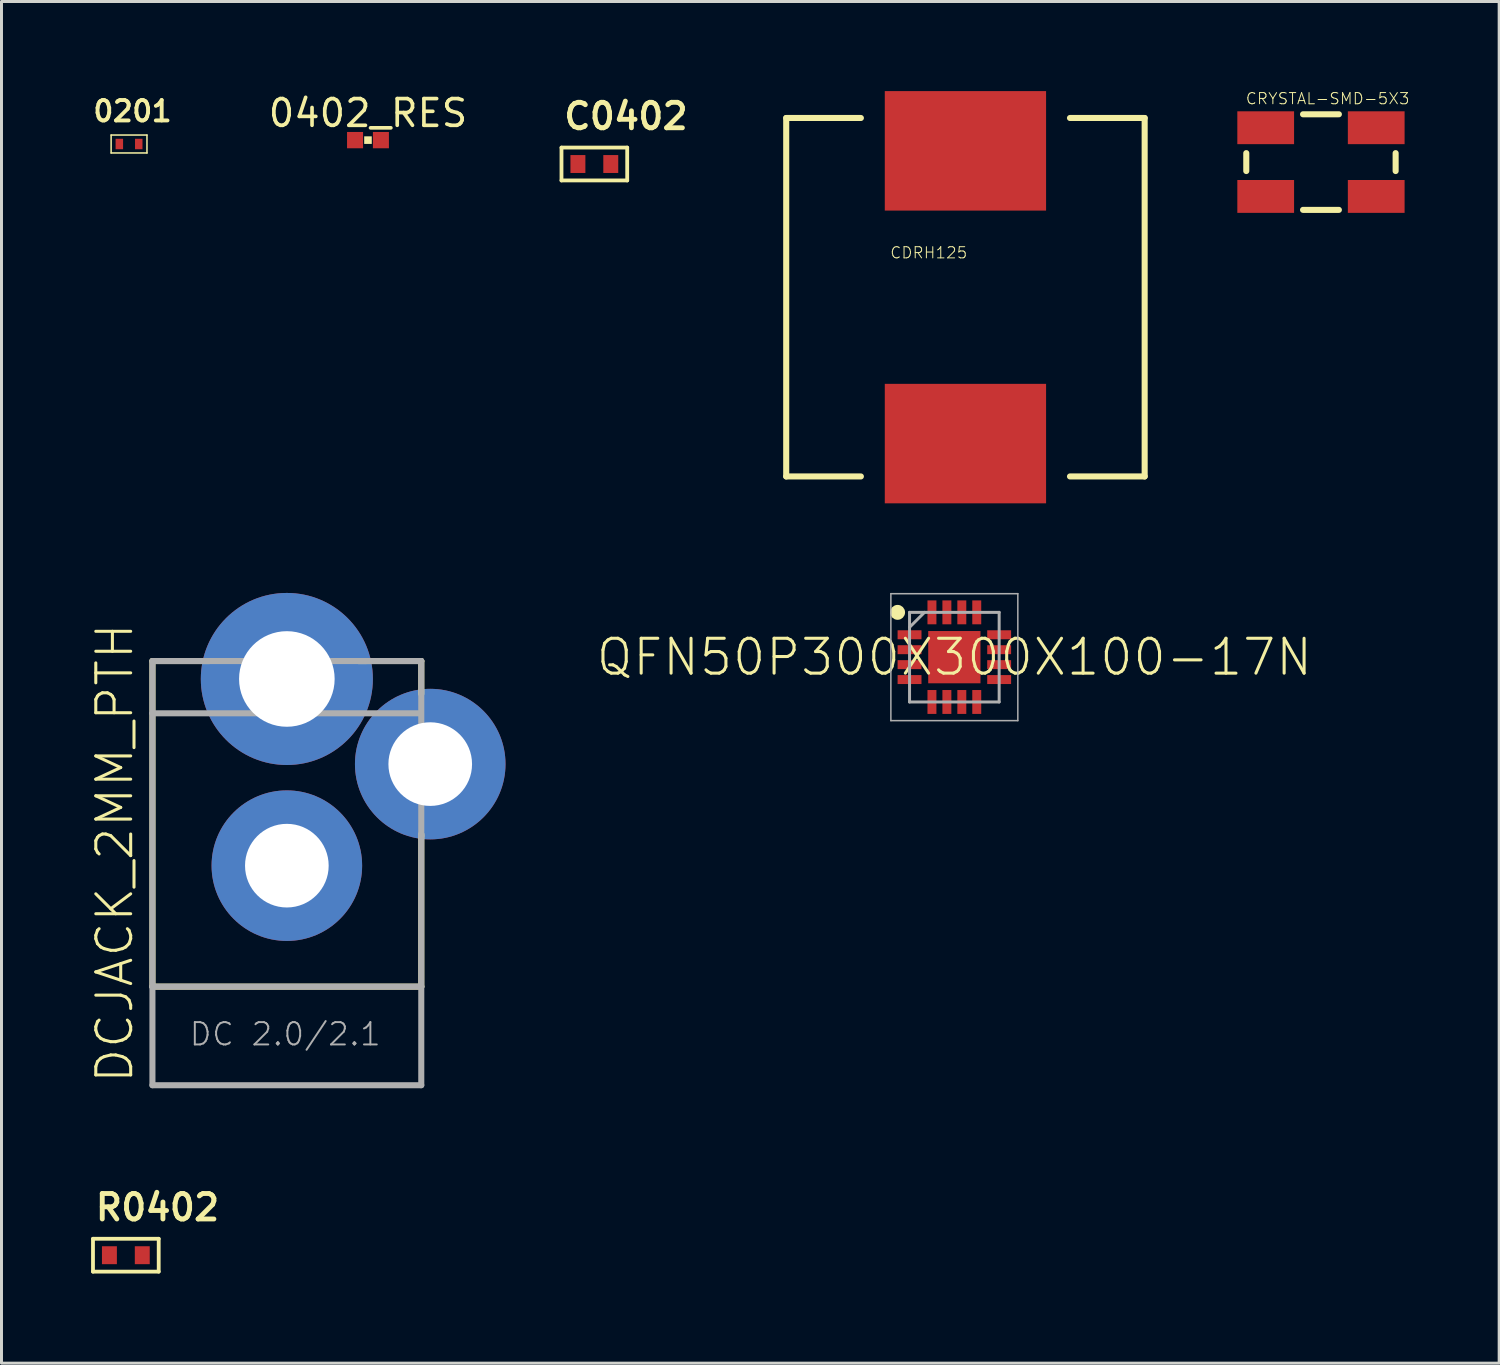
<source format=kicad_pcb>
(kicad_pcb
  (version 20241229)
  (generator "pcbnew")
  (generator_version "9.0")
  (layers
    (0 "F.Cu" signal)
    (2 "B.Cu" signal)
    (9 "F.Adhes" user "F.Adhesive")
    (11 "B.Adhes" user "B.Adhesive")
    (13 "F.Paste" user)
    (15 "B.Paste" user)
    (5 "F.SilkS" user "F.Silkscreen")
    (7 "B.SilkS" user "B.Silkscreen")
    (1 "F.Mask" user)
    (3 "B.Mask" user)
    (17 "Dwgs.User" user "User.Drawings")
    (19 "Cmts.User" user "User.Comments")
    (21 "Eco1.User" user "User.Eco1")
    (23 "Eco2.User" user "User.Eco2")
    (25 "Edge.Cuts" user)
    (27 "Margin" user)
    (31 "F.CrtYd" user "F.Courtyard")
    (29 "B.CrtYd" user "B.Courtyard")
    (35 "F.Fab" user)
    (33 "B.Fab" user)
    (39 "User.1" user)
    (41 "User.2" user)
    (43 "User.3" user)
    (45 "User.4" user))
  (footprint "0201"
    (layer "F.Cu")
    (at 1.27 1.771)
    (property "Reference" "0201" (at -1.27 -0.699 0) (unlocked yes) (layer "F.SilkS") (effects (font (size 0.683 0.683) (thickness 0.13)) (justify left bottom)))
    (fp_line (start -0.6 -0.3) (end 0.6 -0.3) (stroke (width 0.051) (type solid)) (layer "F.SilkS"))
    (fp_line (start -0.6 0.3) (end -0.6 -0.3) (stroke (width 0.051) (type solid)) (layer "F.SilkS"))
    (fp_line (start 0.6 -0.3) (end 0.6 0.3) (stroke (width 0.051) (type solid)) (layer "F.SilkS"))
    (fp_line (start 0.6 0.3) (end -0.6 0.3) (stroke (width 0.051) (type solid)) (layer "F.SilkS"))
    (pad "1" smd rect (at -0.325 0) (size 0.25 0.35) (layers "F.Cu" "F.Mask" "F.Paste"))
    (pad "2" smd rect (at 0.325 0) (size 0.25 0.35) (layers "F.Cu" "F.Mask" "F.Paste")))
  (footprint "R0402"
    (layer "F.Cu")
    (at 1.163 38.971)
    (property "Reference" "R0402" (at -1.1 -1.1 0) (unlocked yes) (layer "F.SilkS") (effects (font (size 0.853 0.853) (thickness 0.163)) (justify left bottom)))
    (fp_line (start -1.1 -0.55) (end -1.1 0.55) (stroke (width 0.127) (type solid)) (layer "F.SilkS"))
    (fp_line (start -1.1 0.55) (end 1.1 0.55) (stroke (width 0.127) (type solid)) (layer "F.SilkS"))
    (fp_line (start 1.1 -0.55) (end -1.1 -0.55) (stroke (width 0.127) (type solid)) (layer "F.SilkS"))
    (fp_line (start 1.1 0.55) (end 1.1 -0.55) (stroke (width 0.127) (type solid)) (layer "F.SilkS"))
    (pad "P$1" smd rect (at -0.55 0 180) (size 0.5 0.6) (layers "F.Cu" "F.Mask" "F.Paste"))
    (pad "P$2" smd rect (at 0.55 0 180) (size 0.5 0.6) (layers "F.Cu" "F.Mask" "F.Paste")))
  (footprint "C0402"
    (layer "F.Cu")
    (at 16.847 2.441)
    (property "Reference" "C0402" (at -1.1 -1.1 0) (unlocked yes) (layer "F.SilkS") (effects (font (size 0.853 0.853) (thickness 0.163)) (justify left bottom)))
    (fp_line (start -1.1 -0.55) (end -1.1 0.55) (stroke (width 0.127) (type solid)) (layer "F.SilkS"))
    (fp_line (start -1.1 0.55) (end 1.1 0.55) (stroke (width 0.127) (type solid)) (layer "F.SilkS"))
    (fp_line (start 1.1 -0.55) (end -1.1 -0.55) (stroke (width 0.127) (type solid)) (layer "F.SilkS"))
    (fp_line (start 1.1 0.55) (end 1.1 -0.55) (stroke (width 0.127) (type solid)) (layer "F.SilkS"))
    (pad "P$1" smd rect (at -0.55 0 180) (size 0.5 0.6) (layers "F.Cu" "F.Mask" "F.Paste"))
    (pad "P$2" smd rect (at 0.55 0 180) (size 0.5 0.6) (layers "F.Cu" "F.Mask" "F.Paste")))
  (footprint "QFN50P300X300X100-17N"
    (layer "F.Cu")
    (at 28.899 18.95)
    (property "Reference" "QFN50P300X300X100-17N" (at 0 0 0) (unlocked yes) (layer "F.SilkS") (effects (font (size 1.168 1.168) (thickness 0.102))))
    (fp_circle (center -1.9 -1.5) (end -1.775 -1.5) (stroke (width 0.25) (type solid)) (fill no) (layer "F.SilkS"))
    (fp_line (start -2.125 -2.125) (end 2.125 -2.125) (stroke (width 0.05) (type solid)) (layer "F.Fab"))
    (fp_line (start -2.125 2.125) (end -2.125 -2.125) (stroke (width 0.05) (type solid)) (layer "F.Fab"))
    (fp_line (start -1.5 -1.5) (end 1.5 -1.5) (stroke (width 0.1) (type solid)) (layer "F.Fab"))
    (fp_line (start -1.5 -1) (end -1 -1.5) (stroke (width 0.1) (type solid)) (layer "F.Fab"))
    (fp_line (start -1.5 1.5) (end -1.5 -1.5) (stroke (width 0.1) (type solid)) (layer "F.Fab"))
    (fp_line (start 1.5 -1.5) (end 1.5 1.5) (stroke (width 0.1) (type solid)) (layer "F.Fab"))
    (fp_line (start 1.5 1.5) (end -1.5 1.5) (stroke (width 0.1) (type solid)) (layer "F.Fab"))
    (fp_line (start 2.125 -2.125) (end 2.125 2.125) (stroke (width 0.05) (type solid)) (layer "F.Fab"))
    (fp_line (start 2.125 2.125) (end -2.125 2.125) (stroke (width 0.05) (type solid)) (layer "F.Fab"))
    (pad "1" smd rect (at -1.5 -0.75) (size 0.8 0.3) (layers "F.Cu" "F.Mask" "F.Paste"))
    (pad "2" smd rect (at -1.5 -0.25) (size 0.8 0.3) (layers "F.Cu" "F.Mask" "F.Paste"))
    (pad "3" smd rect (at -1.5 0.25) (size 0.8 0.3) (layers "F.Cu" "F.Mask" "F.Paste"))
    (pad "4" smd rect (at -1.5 0.75) (size 0.8 0.3) (layers "F.Cu" "F.Mask" "F.Paste"))
    (pad "5" smd rect (at -0.75 1.5 90) (size 0.8 0.3) (layers "F.Cu" "F.Mask" "F.Paste"))
    (pad "6" smd rect (at -0.25 1.5 90) (size 0.8 0.3) (layers "F.Cu" "F.Mask" "F.Paste"))
    (pad "7" smd rect (at 0.25 1.5 90) (size 0.8 0.3) (layers "F.Cu" "F.Mask" "F.Paste"))
    (pad "8" smd rect (at 0.75 1.5 90) (size 0.8 0.3) (layers "F.Cu" "F.Mask" "F.Paste"))
    (pad "9" smd rect (at 1.5 0.75) (size 0.8 0.3) (layers "F.Cu" "F.Mask" "F.Paste"))
    (pad "10" smd rect (at 1.5 0.25) (size 0.8 0.3) (layers "F.Cu" "F.Mask" "F.Paste"))
    (pad "11" smd rect (at 1.5 -0.25) (size 0.8 0.3) (layers "F.Cu" "F.Mask" "F.Paste"))
    (pad "12" smd rect (at 1.5 -0.75) (size 0.8 0.3) (layers "F.Cu" "F.Mask" "F.Paste"))
    (pad "13" smd rect (at 0.75 -1.5 90) (size 0.8 0.3) (layers "F.Cu" "F.Mask" "F.Paste"))
    (pad "14" smd rect (at 0.25 -1.5 90) (size 0.8 0.3) (layers "F.Cu" "F.Mask" "F.Paste"))
    (pad "15" smd rect (at -0.25 -1.5 90) (size 0.8 0.3) (layers "F.Cu" "F.Mask" "F.Paste"))
    (pad "16" smd rect (at -0.75 -1.5 90) (size 0.8 0.3) (layers "F.Cu" "F.Mask" "F.Paste"))
    (pad "17" smd rect (at 0 0 90) (size 1.75 1.75) (layers "F.Cu" "F.Mask" "F.Paste")))
  (footprint "DCJACK_2MM_PTH"
    (layer "F.Cu")
    (at 6.553 33.28)
    (property "Reference" "DCJACK_2MM_PTH" (at -5.08 0 90) (unlocked yes) (layer "F.SilkS") (effects (font (size 1.168 1.168) (thickness 0.102)) (justify left bottom)))
    (fp_line (start -4.5 -14.2) (end -2.6 -14.2) (stroke (width 0.203) (type solid)) (layer "F.SilkS"))
    (fp_line (start -4.5 -3.3) (end -4.5 -14.2) (stroke (width 0.203) (type solid)) (layer "F.SilkS"))
    (fp_line (start -4.5 -3.3) (end 4.5 -3.3) (stroke (width 0.203) (type solid)) (layer "F.SilkS"))
    (fp_line (start 4.5 -14.2) (end 2.4 -14.2) (stroke (width 0.203) (type solid)) (layer "F.SilkS"))
    (fp_line (start 4.5 -14.2) (end 4.5 -13.1) (stroke (width 0.203) (type solid)) (layer "F.SilkS"))
    (fp_line (start 4.5 -3.3) (end 4.5 -8.4) (stroke (width 0.203) (type solid)) (layer "F.SilkS"))
    (fp_line (start -4.5 -14.2) (end 2.65 -14.2) (stroke (width 0.203) (type solid)) (layer "F.Fab"))
    (fp_line (start -4.5 -12.45) (end -4.5 -14.2) (stroke (width 0.203) (type solid)) (layer "F.Fab"))
    (fp_line (start -4.5 -12.45) (end 4.4 -12.45) (stroke (width 0.203) (type solid)) (layer "F.Fab"))
    (fp_line (start -4.5 -3.3) (end -4.5 -12.45) (stroke (width 0.203) (type solid)) (layer "F.Fab"))
    (fp_line (start -4.5 -3.3) (end -4.5 0) (stroke (width 0.203) (type solid)) (layer "F.Fab"))
    (fp_line (start -4.5 -3.3) (end 4.5 -3.3) (stroke (width 0.203) (type solid)) (layer "F.Fab"))
    (fp_line (start 2.65 -14.2) (end 2.4 -14.2) (stroke (width 0.203) (type solid)) (layer "F.Fab"))
    (fp_line (start 4.5 -14.2) (end 2.65 -14.2) (stroke (width 0.203) (type solid)) (layer "F.Fab"))
    (fp_line (start 4.5 -14.2) (end 4.5 -8.35) (stroke (width 0.203) (type solid)) (layer "F.Fab"))
    (fp_line (start 4.5 -8.35) (end 4.5 -8.4) (stroke (width 0.203) (type solid)) (layer "F.Fab"))
    (fp_line (start 4.5 -3.3) (end 4.5 -8.35) (stroke (width 0.203) (type solid)) (layer "F.Fab"))
    (fp_line (start 4.5 0) (end -4.5 0) (stroke (width 0.203) (type solid)) (layer "F.Fab"))
    (fp_line (start 4.5 0) (end 4.5 -3.3) (stroke (width 0.203) (type solid)) (layer "F.Fab"))
    (fp_text user "DC 2.0/2.1" (at -3.302 -1.27 0) (unlocked yes) (layer "F.Fab") (effects (font (size 0.748 0.748) (thickness 0.065)) (justify left bottom)))
    (pad "GND" thru_hole circle (at 0 -7.35) (size 5.04 5.04) (drill 2.8) (layers "*.Cu" "*.Mask"))
    (pad "GNDBREAK" thru_hole circle (at 4.8 -10.75 90) (size 5.04 5.04) (drill 2.8) (layers "*.Cu" "*.Mask"))
    (pad "PWR" thru_hole circle (at 0 -13.6) (size 5.76 5.76) (drill 3.2) (layers "*.Cu" "*.Mask")))
  (footprint "0402_RES"
    (layer "F.Cu")
    (at 9.269 1.641)
    (property "Reference" "0402_RES" (at 0 -0.381 0) (unlocked yes) (layer "F.SilkS") (effects (font (size 0.894 0.894) (thickness 0.122)) (justify bottom)))
    (fp_poly (pts (xy -0.127 0.127) (xy 0.127 0.127) (xy 0.127 -0.127) (xy -0.127 -0.127)) (stroke (width 0) (type default)) (fill yes) (layer "F.SilkS"))
    (pad "1" smd rect (at -0.433 0) (size 0.536 0.546) (layers "F.Cu" "F.Mask" "F.Paste"))
    (pad "2" smd rect (at 0.433 0) (size 0.536 0.546) (layers "F.Cu" "F.Mask" "F.Paste")))
  (footprint "CDRH125"
    (layer "F.Cu")
    (at 29.27 6.9)
    (property "Reference" "CDRH125" (at -2.54 -1.27 0) (unlocked yes) (layer "F.SilkS") (effects (font (size 0.374 0.374) (thickness 0.033)) (justify left bottom)))
    (fp_line (start -6 -6) (end -6 6) (stroke (width 0.203) (type solid)) (layer "F.SilkS"))
    (fp_line (start -6 6) (end -3.5 6) (stroke (width 0.203) (type solid)) (layer "F.SilkS"))
    (fp_line (start -3.5 -6) (end -6 -6) (stroke (width 0.203) (type solid)) (layer "F.SilkS"))
    (fp_line (start 3.5 6) (end 6 6) (stroke (width 0.203) (type solid)) (layer "F.SilkS"))
    (fp_line (start 6 -6) (end 3.5 -6) (stroke (width 0.203) (type solid)) (layer "F.SilkS"))
    (fp_line (start 6 6) (end 6 -6) (stroke (width 0.203) (type solid)) (layer "F.SilkS"))
    (pad "1" smd rect (at 0 -4.9) (size 5.4 4) (layers "F.Cu" "F.Mask" "F.Paste"))
    (pad "2" smd rect (at 0 4.9) (size 5.4 4) (layers "F.Cu" "F.Mask" "F.Paste")))
  (footprint "CRYSTAL-SMD-5X3"
    (layer "F.Cu")
    (at 41.172 2.376)
    (property "Reference" "CRYSTAL-SMD-5X3" (at -2.54 -1.905 0) (unlocked yes) (layer "F.SilkS") (effects (font (size 0.374 0.374) (thickness 0.033)) (justify left bottom)))
    (fp_line (start -2.5 -0.3) (end -2.5 0.3) (stroke (width 0.203) (type solid)) (layer "F.SilkS"))
    (fp_line (start -0.6 -1.6) (end 0.6 -1.6) (stroke (width 0.203) (type solid)) (layer "F.SilkS"))
    (fp_line (start 0.6 1.6) (end -0.6 1.6) (stroke (width 0.203) (type solid)) (layer "F.SilkS"))
    (fp_line (start 2.5 -0.3) (end 2.5 0.3) (stroke (width 0.203) (type solid)) (layer "F.SilkS"))
    (pad "1" smd rect (at -1.85 1.15) (size 1.9 1.1) (layers "F.Cu" "F.Mask" "F.Paste"))
    (pad "2" smd rect (at 1.85 1.15) (size 1.9 1.1) (layers "F.Cu" "F.Mask" "F.Paste"))
    (pad "3" smd rect (at 1.85 -1.15) (size 1.9 1.1) (layers "F.Cu" "F.Mask" "F.Paste"))
    (pad "4" smd rect (at -1.85 -1.15) (size 1.9 1.1) (layers "F.Cu" "F.Mask" "F.Paste")))
  (gr_rect
    (start -3 -3)
    (end 47.138 42.585)
    (stroke (width 0.1) (type default))
    (fill no)
    (layer "Edge.Cuts")))
</source>
